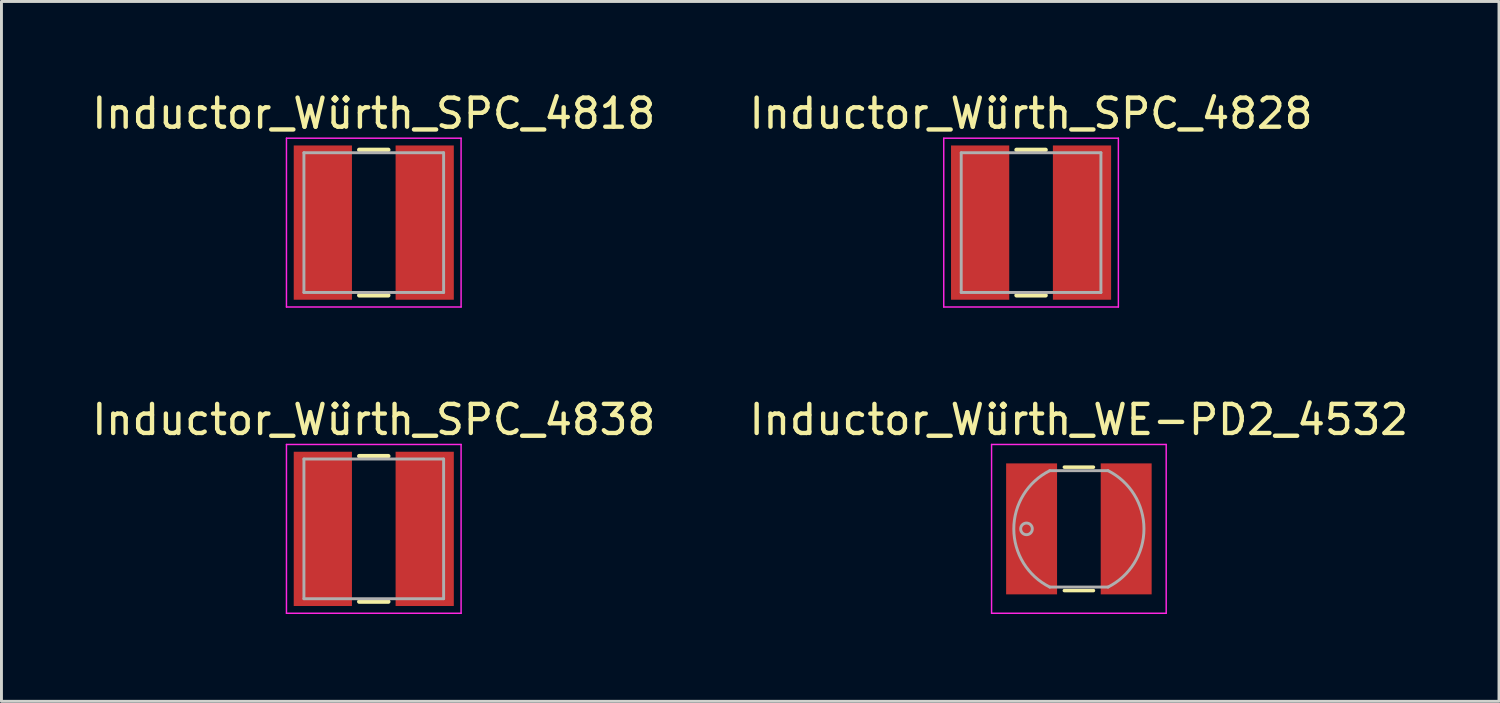
<source format=kicad_pcb>
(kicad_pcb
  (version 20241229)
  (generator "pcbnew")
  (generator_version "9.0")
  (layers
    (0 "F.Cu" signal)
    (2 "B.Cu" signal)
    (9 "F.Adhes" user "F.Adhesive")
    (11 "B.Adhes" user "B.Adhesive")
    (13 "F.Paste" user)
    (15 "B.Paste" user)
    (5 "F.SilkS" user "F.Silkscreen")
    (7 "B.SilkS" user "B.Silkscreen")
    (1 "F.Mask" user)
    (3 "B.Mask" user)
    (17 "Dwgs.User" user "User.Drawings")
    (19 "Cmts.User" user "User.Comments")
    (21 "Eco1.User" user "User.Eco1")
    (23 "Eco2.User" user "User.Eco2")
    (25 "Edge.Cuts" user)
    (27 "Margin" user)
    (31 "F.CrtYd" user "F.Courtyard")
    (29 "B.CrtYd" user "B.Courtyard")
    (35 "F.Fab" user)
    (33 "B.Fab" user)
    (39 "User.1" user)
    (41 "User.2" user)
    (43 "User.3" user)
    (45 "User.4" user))
  (footprint "Inductor_Würth_SPC_4828"
    (layer "F.Cu")
    (at 32.375 4.598)
    (property "Reference" "Inductor_Würth_SPC_4828" (at 0 -3.75 0) (layer "F.SilkS") (effects (font (size 1 1) (thickness 0.15))))
    (attr smd)
    (fp_line (start -0.5 -2.5) (end 0.5 -2.5) (stroke (width 0.15) (type solid)) (layer "F.SilkS"))
    (fp_line (start -0.5 2.5) (end 0.5 2.5) (stroke (width 0.15) (type solid)) (layer "F.SilkS"))
    (fp_line (start -3 -2.9) (end 3 -2.9) (stroke (width 0.05) (type solid)) (layer "F.CrtYd"))
    (fp_line (start -3 2.9) (end -3 -2.9) (stroke (width 0.05) (type solid)) (layer "F.CrtYd"))
    (fp_line (start 3 -2.9) (end 3 2.9) (stroke (width 0.05) (type solid)) (layer "F.CrtYd"))
    (fp_line (start 3 2.9) (end -3 2.9) (stroke (width 0.05) (type solid)) (layer "F.CrtYd"))
    (fp_line (start -2.4 -2.4) (end 2.4 -2.4) (stroke (width 0.1) (type solid)) (layer "F.Fab"))
    (fp_line (start -2.4 2.4) (end -2.4 -2.4) (stroke (width 0.1) (type solid)) (layer "F.Fab"))
    (fp_line (start 2.4 -2.4) (end 2.4 2.4) (stroke (width 0.1) (type solid)) (layer "F.Fab"))
    (fp_line (start 2.4 2.4) (end -2.4 2.4) (stroke (width 0.1) (type solid)) (layer "F.Fab"))
    (pad "1" smd rect (at -1.75 0) (size 2 5.3) (layers "F.Cu" "F.Mask" "F.Paste"))
    (pad "2" smd rect (at 1.75 0) (size 2 5.3) (layers "F.Cu" "F.Mask" "F.Paste")))
  (footprint "Inductor_Würth_SPC_4838"
    (layer "F.Cu")
    (at 9.792 15.121)
    (property "Reference" "Inductor_Würth_SPC_4838" (at 0 -3.75 0) (layer "F.SilkS") (effects (font (size 1 1) (thickness 0.15))))
    (attr smd)
    (fp_line (start -0.5 -2.5) (end 0.5 -2.5) (stroke (width 0.15) (type solid)) (layer "F.SilkS"))
    (fp_line (start -0.5 2.5) (end 0.5 2.5) (stroke (width 0.15) (type solid)) (layer "F.SilkS"))
    (fp_line (start -3 -2.9) (end 3 -2.9) (stroke (width 0.05) (type solid)) (layer "F.CrtYd"))
    (fp_line (start -3 2.9) (end -3 -2.9) (stroke (width 0.05) (type solid)) (layer "F.CrtYd"))
    (fp_line (start 3 -2.9) (end 3 2.9) (stroke (width 0.05) (type solid)) (layer "F.CrtYd"))
    (fp_line (start 3 2.9) (end -3 2.9) (stroke (width 0.05) (type solid)) (layer "F.CrtYd"))
    (fp_line (start -2.4 -2.4) (end 2.4 -2.4) (stroke (width 0.1) (type solid)) (layer "F.Fab"))
    (fp_line (start -2.4 2.4) (end -2.4 -2.4) (stroke (width 0.1) (type solid)) (layer "F.Fab"))
    (fp_line (start 2.4 -2.4) (end 2.4 2.4) (stroke (width 0.1) (type solid)) (layer "F.Fab"))
    (fp_line (start 2.4 2.4) (end -2.4 2.4) (stroke (width 0.1) (type solid)) (layer "F.Fab"))
    (pad "1" smd rect (at -1.75 0) (size 2 5.3) (layers "F.Cu" "F.Mask" "F.Paste"))
    (pad "2" smd rect (at 1.75 0) (size 2 5.3) (layers "F.Cu" "F.Mask" "F.Paste")))
  (footprint "Inductor_Würth_WE-PD2_4532"
    (layer "F.Cu")
    (at 34.018 15.121)
    (property "Reference" "Inductor_Würth_WE-PD2_4532" (at 0 -3.75 0) (layer "F.SilkS") (effects (font (size 1 1) (thickness 0.15))))
    (attr smd)
    (fp_line (start -0.5 -2.12) (end 0.5 -2.12) (stroke (width 0.12) (type solid)) (layer "F.SilkS"))
    (fp_line (start -0.5 2.12) (end 0.5 2.12) (stroke (width 0.12) (type solid)) (layer "F.SilkS"))
    (fp_line (start -3 -2.9) (end 3 -2.9) (stroke (width 0.05) (type solid)) (layer "F.CrtYd"))
    (fp_line (start -3 2.9) (end -3 -2.9) (stroke (width 0.05) (type solid)) (layer "F.CrtYd"))
    (fp_line (start 3 -2.9) (end 3 2.9) (stroke (width 0.05) (type solid)) (layer "F.CrtYd"))
    (fp_line (start 3 2.9) (end -3 2.9) (stroke (width 0.05) (type solid)) (layer "F.CrtYd"))
    (fp_line (start -1 -2) (end 1 -2) (stroke (width 0.1) (type solid)) (layer "F.Fab"))
    (fp_line (start 1 2) (end -1 2) (stroke (width 0.1) (type solid)) (layer "F.Fab"))
    (fp_arc (start -1 2) (mid -2.236068 0.001364) (end -1.002439 -1.998779) (stroke (width 0.1) (type solid)) (layer "F.Fab"))
    (fp_arc (start 1 -2) (mid 2.236068 -0.001364) (end 1.002439 1.998779) (stroke (width 0.1) (type solid)) (layer "F.Fab"))
    (fp_circle (center -1.8 0) (end -1.6 0) (stroke (width 0.1) (type solid)) (fill no) (layer "F.Fab"))
    (pad "1" smd rect (at -1.625 0) (size 1.75 4.5) (layers "F.Cu" "F.Mask" "F.Paste"))
    (pad "2" smd rect (at 1.625 0) (size 1.75 4.5) (layers "F.Cu" "F.Mask" "F.Paste")))
  (footprint "Inductor_Würth_SPC_4818"
    (layer "F.Cu")
    (at 9.792 4.598)
    (property "Reference" "Inductor_Würth_SPC_4818" (at 0 -3.75 0) (layer "F.SilkS") (effects (font (size 1 1) (thickness 0.15))))
    (attr smd)
    (fp_line (start -0.5 -2.5) (end 0.5 -2.5) (stroke (width 0.15) (type solid)) (layer "F.SilkS"))
    (fp_line (start -0.5 2.5) (end 0.5 2.5) (stroke (width 0.15) (type solid)) (layer "F.SilkS"))
    (fp_line (start -3 -2.9) (end 3 -2.9) (stroke (width 0.05) (type solid)) (layer "F.CrtYd"))
    (fp_line (start -3 2.9) (end -3 -2.9) (stroke (width 0.05) (type solid)) (layer "F.CrtYd"))
    (fp_line (start 3 -2.9) (end 3 2.9) (stroke (width 0.05) (type solid)) (layer "F.CrtYd"))
    (fp_line (start 3 2.9) (end -3 2.9) (stroke (width 0.05) (type solid)) (layer "F.CrtYd"))
    (fp_line (start -2.4 -2.4) (end 2.4 -2.4) (stroke (width 0.1) (type solid)) (layer "F.Fab"))
    (fp_line (start -2.4 2.4) (end -2.4 -2.4) (stroke (width 0.1) (type solid)) (layer "F.Fab"))
    (fp_line (start 2.4 -2.4) (end 2.4 2.4) (stroke (width 0.1) (type solid)) (layer "F.Fab"))
    (fp_line (start 2.4 2.4) (end -2.4 2.4) (stroke (width 0.1) (type solid)) (layer "F.Fab"))
    (pad "1" smd rect (at -1.75 0) (size 2 5.3) (layers "F.Cu" "F.Mask" "F.Paste"))
    (pad "2" smd rect (at 1.75 0) (size 2 5.3) (layers "F.Cu" "F.Mask" "F.Paste")))
  (gr_rect
    (start -3 -3)
    (end 48.452 21.047)
    (stroke (width 0.1) (type default))
    (fill no)
    (layer "Edge.Cuts")))
</source>
